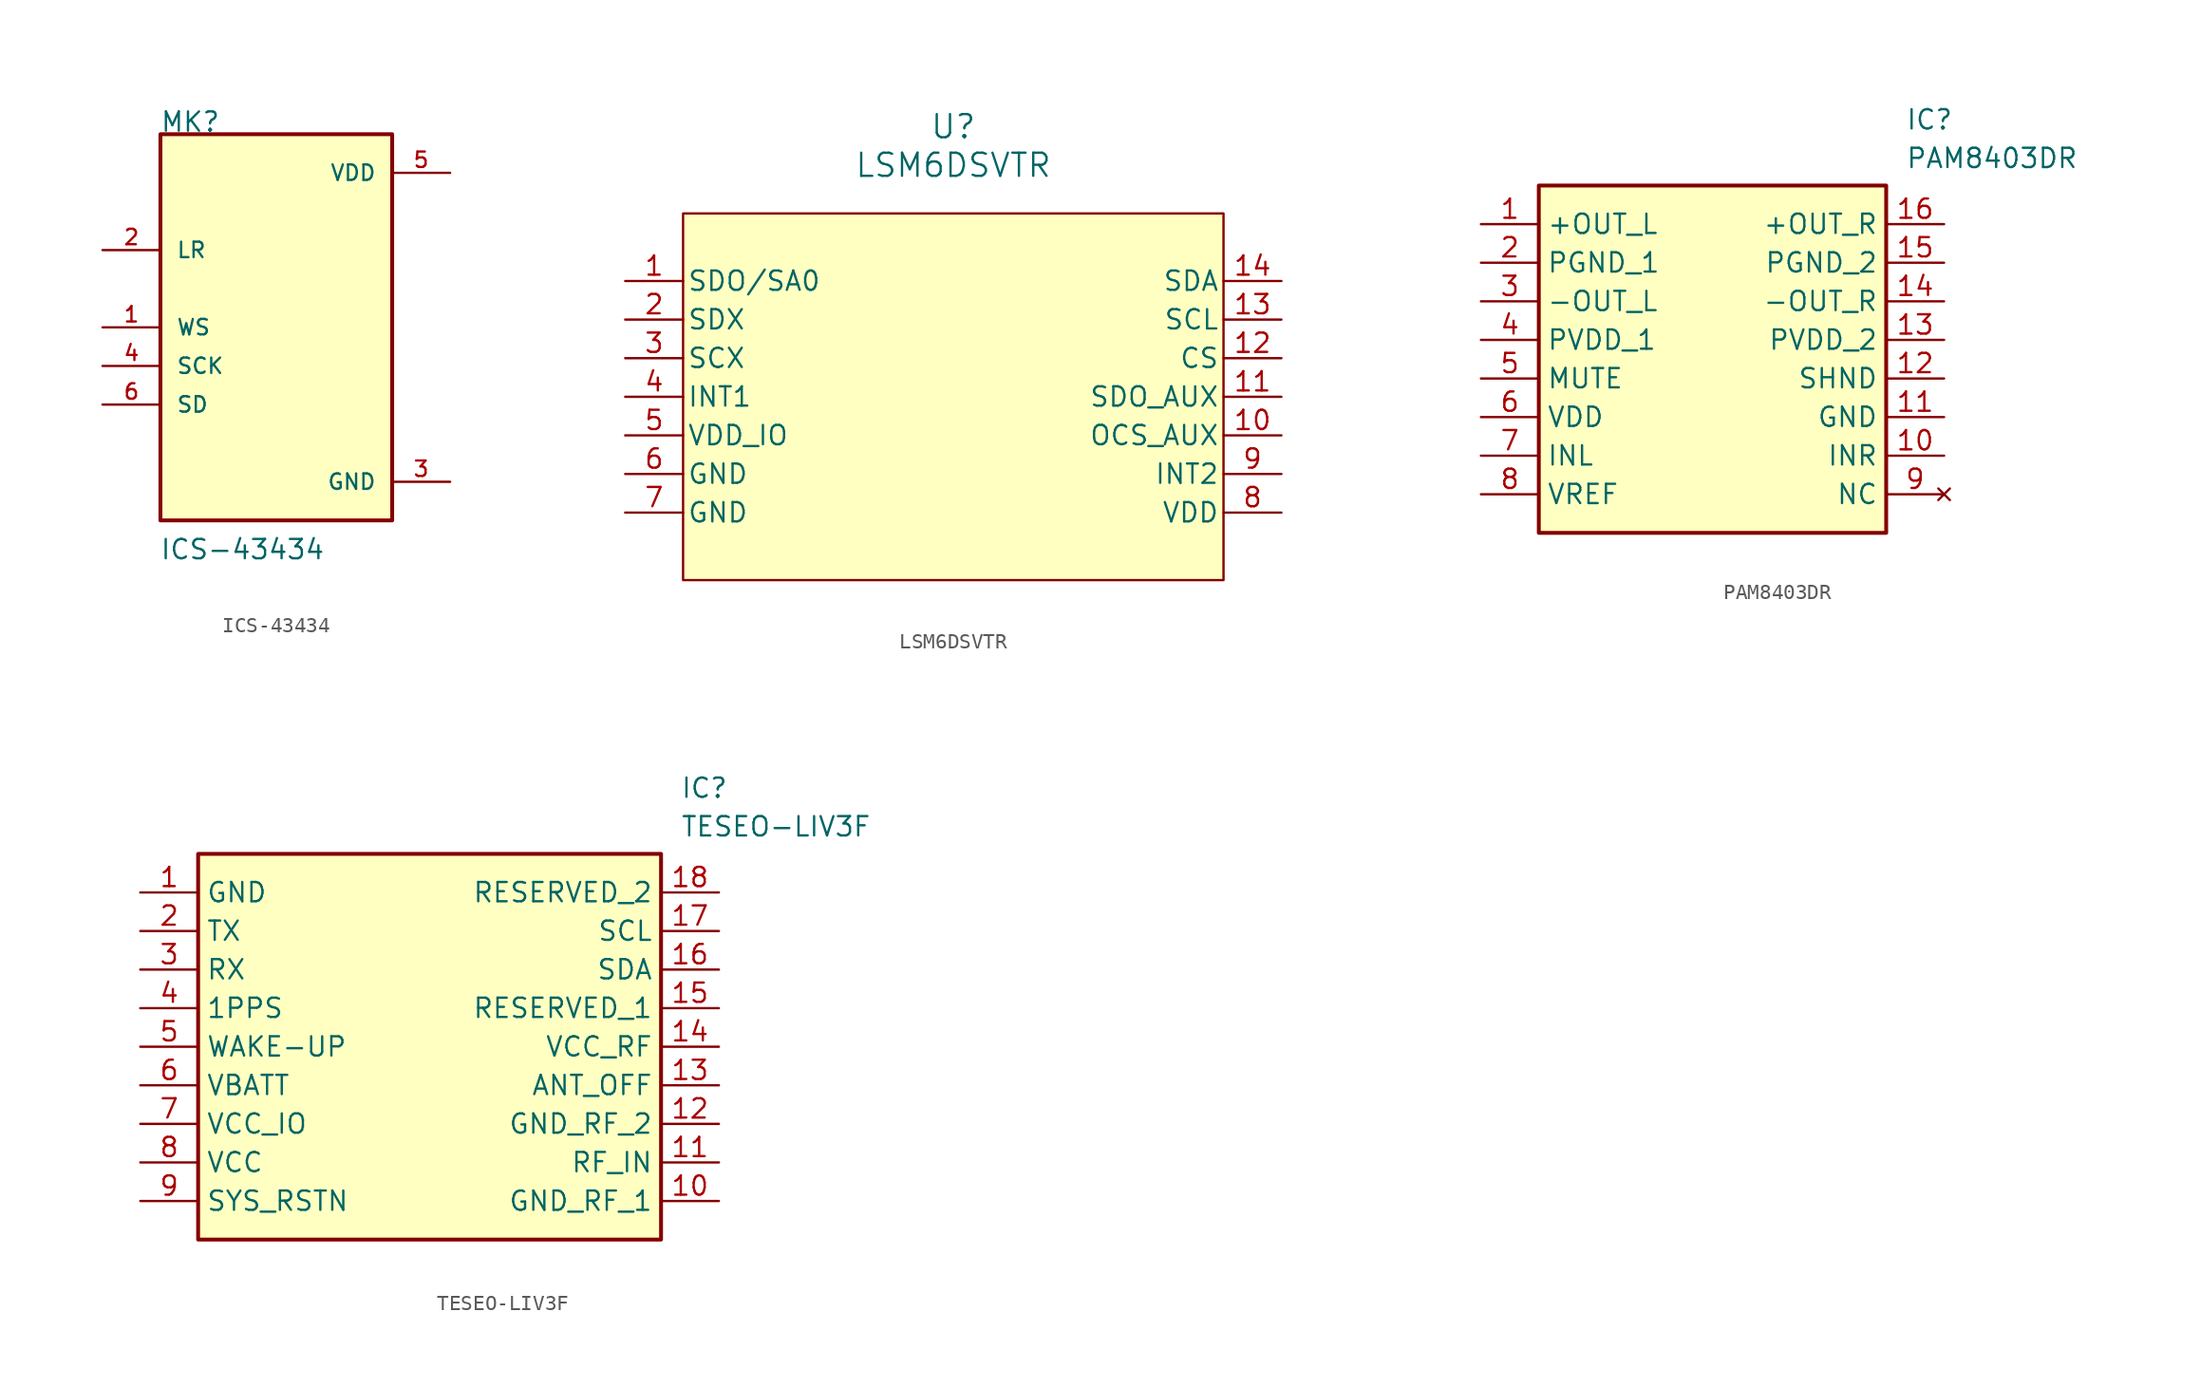
<source format=kicad_sym>
(kicad_symbol_lib
  (version 20241209)
  (generator "kicad_symbol_editor")
  (generator_version "9.0")
  (symbol "ICS-43434"
    (pin_names
      (offset 1.016))
    (property "Reference" "MK"
      (at -7.662 12.769 0)
      (effects (font (size 1.27 1.27)) (justify left bottom)))
    (property "Value" "ICS-43434"
      (at -7.675 -15.35 0)
      (effects (font (size 1.27 1.27)) (justify left bottom)))
    (symbol "ICS-43434_0_0"
      (rectangle (start -7.62 -12.7) (end 7.62 12.7) (stroke (width 0.254) (type default)) (fill (type background)))
      (pin input line (at -11.43 5.08 0) (length 3.81) (name "LR" (effects (font (size 1.016 1.016)))) (number "2" (effects (font (size 1.016 1.016)))))
      (pin input line (at -11.43 0 0) (length 3.81) (name "WS" (effects (font (size 1.016 1.016)))) (number "1" (effects (font (size 1.016 1.016)))))
      (pin input line (at -11.43 -2.54 0) (length 3.81) (name "SCK" (effects (font (size 1.016 1.016)))) (number "4" (effects (font (size 1.016 1.016)))))
      (pin output line (at -11.43 -5.08 0) (length 3.81) (name "SD" (effects (font (size 1.016 1.016)))) (number "6" (effects (font (size 1.016 1.016)))))
      (pin power_in line (at 11.43 10.16 180) (length 3.81) (name "VDD" (effects (font (size 1.016 1.016)))) (number "5" (effects (font (size 1.016 1.016)))))
      (pin power_in line (at 11.43 -10.16 180) (length 3.81) (name "GND" (effects (font (size 1.016 1.016)))) (number "3" (effects (font (size 1.016 1.016)))))))
  (symbol "LSM6DSVTR"
    (pin_names
      (offset 0.254))
    (property "Reference" "U"
      (at 25.4 10.16 0)
      (effects (font (size 1.524 1.524))))
    (property "Value" "LSM6DSVTR"
      (at 25.4 7.62 0)
      (effects (font (size 1.524 1.524))))
    (property "ki_locked" ""
      (at 0 0 0)
      (effects (font (size 1.27 1.27))))
    (symbol "LSM6DSVTR_0_1"
      (pin unspecified line (at 3.81 0 0) (length 3.81) (name "SDO/SA0" (effects (font (size 1.27 1.27)))) (number "1" (effects (font (size 1.27 1.27)))))
      (pin unspecified line (at 3.81 -2.54 0) (length 3.81) (name "SDX" (effects (font (size 1.27 1.27)))) (number "2" (effects (font (size 1.27 1.27)))))
      (pin unspecified line (at 3.81 -5.08 0) (length 3.81) (name "SCX" (effects (font (size 1.27 1.27)))) (number "3" (effects (font (size 1.27 1.27)))))
      (pin unspecified line (at 3.81 -7.62 0) (length 3.81) (name "INT1" (effects (font (size 1.27 1.27)))) (number "4" (effects (font (size 1.27 1.27)))))
      (pin power_in line (at 3.81 -10.16 0) (length 3.81) (name "VDD_IO" (effects (font (size 1.27 1.27)))) (number "5" (effects (font (size 1.27 1.27)))))
      (pin power_out line (at 3.81 -12.7 0) (length 3.81) (name "GND" (effects (font (size 1.27 1.27)))) (number "6" (effects (font (size 1.27 1.27)))))
      (pin power_out line (at 3.81 -15.24 0) (length 3.81) (name "GND" (effects (font (size 1.27 1.27)))) (number "7" (effects (font (size 1.27 1.27)))))
      (pin unspecified line (at 46.99 0 180) (length 3.81) (name "SDA" (effects (font (size 1.27 1.27)))) (number "14" (effects (font (size 1.27 1.27)))))
      (pin unspecified line (at 46.99 -2.54 180) (length 3.81) (name "SCL" (effects (font (size 1.27 1.27)))) (number "13" (effects (font (size 1.27 1.27)))))
      (pin unspecified line (at 46.99 -5.08 180) (length 3.81) (name "CS" (effects (font (size 1.27 1.27)))) (number "12" (effects (font (size 1.27 1.27)))))
      (pin unspecified line (at 46.99 -7.62 180) (length 3.81) (name "SDO_AUX" (effects (font (size 1.27 1.27)))) (number "11" (effects (font (size 1.27 1.27)))))
      (pin unspecified line (at 46.99 -10.16 180) (length 3.81) (name "OCS_AUX" (effects (font (size 1.27 1.27)))) (number "10" (effects (font (size 1.27 1.27)))))
      (pin unspecified line (at 46.99 -12.7 180) (length 3.81) (name "INT2" (effects (font (size 1.27 1.27)))) (number "9" (effects (font (size 1.27 1.27)))))
      (pin power_in line (at 46.99 -15.24 180) (length 3.81) (name "VDD" (effects (font (size 1.27 1.27)))) (number "8" (effects (font (size 1.27 1.27))))))
    (symbol "LSM6DSVTR_1_1"
      (rectangle (start 7.62 4.445) (end 43.18 -19.685) (stroke (width 0) (type solid)) (fill (type background)))))
  (symbol "PAM8403DR"
    (property "Reference" "IC"
      (at 29.21 7.62 0)
      (effects (font (size 1.27 1.27)) (justify left top)))
    (property "Value" "PAM8403DR"
      (at 29.21 5.08 0)
      (effects (font (size 1.27 1.27)) (justify left top)))
    (symbol "PAM8403DR_1_1"
      (rectangle (start 5.08 2.54) (end 27.94 -20.32) (stroke (width 0.254) (type default)) (fill (type background)))
      (pin passive line (at 1.27 0 0) (length 3.81) (name "+OUT_L" (effects (font (size 1.27 1.27)))) (number "1" (effects (font (size 1.27 1.27)))))
      (pin passive line (at 1.27 -2.54 0) (length 3.81) (name "PGND_1" (effects (font (size 1.27 1.27)))) (number "2" (effects (font (size 1.27 1.27)))))
      (pin passive line (at 1.27 -5.08 0) (length 3.81) (name "-OUT_L" (effects (font (size 1.27 1.27)))) (number "3" (effects (font (size 1.27 1.27)))))
      (pin passive line (at 1.27 -7.62 0) (length 3.81) (name "PVDD_1" (effects (font (size 1.27 1.27)))) (number "4" (effects (font (size 1.27 1.27)))))
      (pin passive line (at 1.27 -10.16 0) (length 3.81) (name "MUTE" (effects (font (size 1.27 1.27)))) (number "5" (effects (font (size 1.27 1.27)))))
      (pin passive line (at 1.27 -12.7 0) (length 3.81) (name "VDD" (effects (font (size 1.27 1.27)))) (number "6" (effects (font (size 1.27 1.27)))))
      (pin passive line (at 1.27 -15.24 0) (length 3.81) (name "INL" (effects (font (size 1.27 1.27)))) (number "7" (effects (font (size 1.27 1.27)))))
      (pin passive line (at 1.27 -17.78 0) (length 3.81) (name "VREF" (effects (font (size 1.27 1.27)))) (number "8" (effects (font (size 1.27 1.27)))))
      (pin passive line (at 31.75 0 180) (length 3.81) (name "+OUT_R" (effects (font (size 1.27 1.27)))) (number "16" (effects (font (size 1.27 1.27)))))
      (pin passive line (at 31.75 -2.54 180) (length 3.81) (name "PGND_2" (effects (font (size 1.27 1.27)))) (number "15" (effects (font (size 1.27 1.27)))))
      (pin passive line (at 31.75 -5.08 180) (length 3.81) (name "-OUT_R" (effects (font (size 1.27 1.27)))) (number "14" (effects (font (size 1.27 1.27)))))
      (pin passive line (at 31.75 -7.62 180) (length 3.81) (name "PVDD_2" (effects (font (size 1.27 1.27)))) (number "13" (effects (font (size 1.27 1.27)))))
      (pin passive line (at 31.75 -10.16 180) (length 3.81) (name "SHND" (effects (font (size 1.27 1.27)))) (number "12" (effects (font (size 1.27 1.27)))))
      (pin passive line (at 31.75 -12.7 180) (length 3.81) (name "GND" (effects (font (size 1.27 1.27)))) (number "11" (effects (font (size 1.27 1.27)))))
      (pin passive line (at 31.75 -15.24 180) (length 3.81) (name "INR" (effects (font (size 1.27 1.27)))) (number "10" (effects (font (size 1.27 1.27)))))
      (pin no_connect line (at 31.75 -17.78 180) (length 3.81) (name "NC" (effects (font (size 1.27 1.27)))) (number "9" (effects (font (size 1.27 1.27)))))))
  (symbol "TESEO-LIV3F"
    (property "Reference" "IC"
      (at 36.83 7.62 0)
      (effects (font (size 1.27 1.27)) (justify left top)))
    (property "Value" "TESEO-LIV3F"
      (at 36.83 5.08 0)
      (effects (font (size 1.27 1.27)) (justify left top)))
    (symbol "TESEO-LIV3F_1_1"
      (rectangle (start 5.08 2.54) (end 35.56 -22.86) (stroke (width 0.254) (type default)) (fill (type background)))
      (pin passive line (at 1.27 0 0) (length 3.81) (name "GND" (effects (font (size 1.27 1.27)))) (number "1" (effects (font (size 1.27 1.27)))))
      (pin passive line (at 1.27 -2.54 0) (length 3.81) (name "TX" (effects (font (size 1.27 1.27)))) (number "2" (effects (font (size 1.27 1.27)))))
      (pin passive line (at 1.27 -5.08 0) (length 3.81) (name "RX" (effects (font (size 1.27 1.27)))) (number "3" (effects (font (size 1.27 1.27)))))
      (pin passive line (at 1.27 -7.62 0) (length 3.81) (name "1PPS" (effects (font (size 1.27 1.27)))) (number "4" (effects (font (size 1.27 1.27)))))
      (pin passive line (at 1.27 -10.16 0) (length 3.81) (name "WAKE-UP" (effects (font (size 1.27 1.27)))) (number "5" (effects (font (size 1.27 1.27)))))
      (pin passive line (at 1.27 -12.7 0) (length 3.81) (name "VBATT" (effects (font (size 1.27 1.27)))) (number "6" (effects (font (size 1.27 1.27)))))
      (pin passive line (at 1.27 -15.24 0) (length 3.81) (name "VCC_IO" (effects (font (size 1.27 1.27)))) (number "7" (effects (font (size 1.27 1.27)))))
      (pin passive line (at 1.27 -17.78 0) (length 3.81) (name "VCC" (effects (font (size 1.27 1.27)))) (number "8" (effects (font (size 1.27 1.27)))))
      (pin passive line (at 1.27 -20.32 0) (length 3.81) (name "SYS_RSTN" (effects (font (size 1.27 1.27)))) (number "9" (effects (font (size 1.27 1.27)))))
      (pin passive line (at 39.37 0 180) (length 3.81) (name "RESERVED_2" (effects (font (size 1.27 1.27)))) (number "18" (effects (font (size 1.27 1.27)))))
      (pin passive line (at 39.37 -2.54 180) (length 3.81) (name "SCL" (effects (font (size 1.27 1.27)))) (number "17" (effects (font (size 1.27 1.27)))))
      (pin passive line (at 39.37 -5.08 180) (length 3.81) (name "SDA" (effects (font (size 1.27 1.27)))) (number "16" (effects (font (size 1.27 1.27)))))
      (pin passive line (at 39.37 -7.62 180) (length 3.81) (name "RESERVED_1" (effects (font (size 1.27 1.27)))) (number "15" (effects (font (size 1.27 1.27)))))
      (pin passive line (at 39.37 -10.16 180) (length 3.81) (name "VCC_RF" (effects (font (size 1.27 1.27)))) (number "14" (effects (font (size 1.27 1.27)))))
      (pin passive line (at 39.37 -12.7 180) (length 3.81) (name "ANT_OFF" (effects (font (size 1.27 1.27)))) (number "13" (effects (font (size 1.27 1.27)))))
      (pin passive line (at 39.37 -15.24 180) (length 3.81) (name "GND_RF_2" (effects (font (size 1.27 1.27)))) (number "12" (effects (font (size 1.27 1.27)))))
      (pin passive line (at 39.37 -17.78 180) (length 3.81) (name "RF_IN" (effects (font (size 1.27 1.27)))) (number "11" (effects (font (size 1.27 1.27)))))
      (pin passive line (at 39.37 -20.32 180) (length 3.81) (name "GND_RF_1" (effects (font (size 1.27 1.27)))) (number "10" (effects (font (size 1.27 1.27))))))))
</source>
